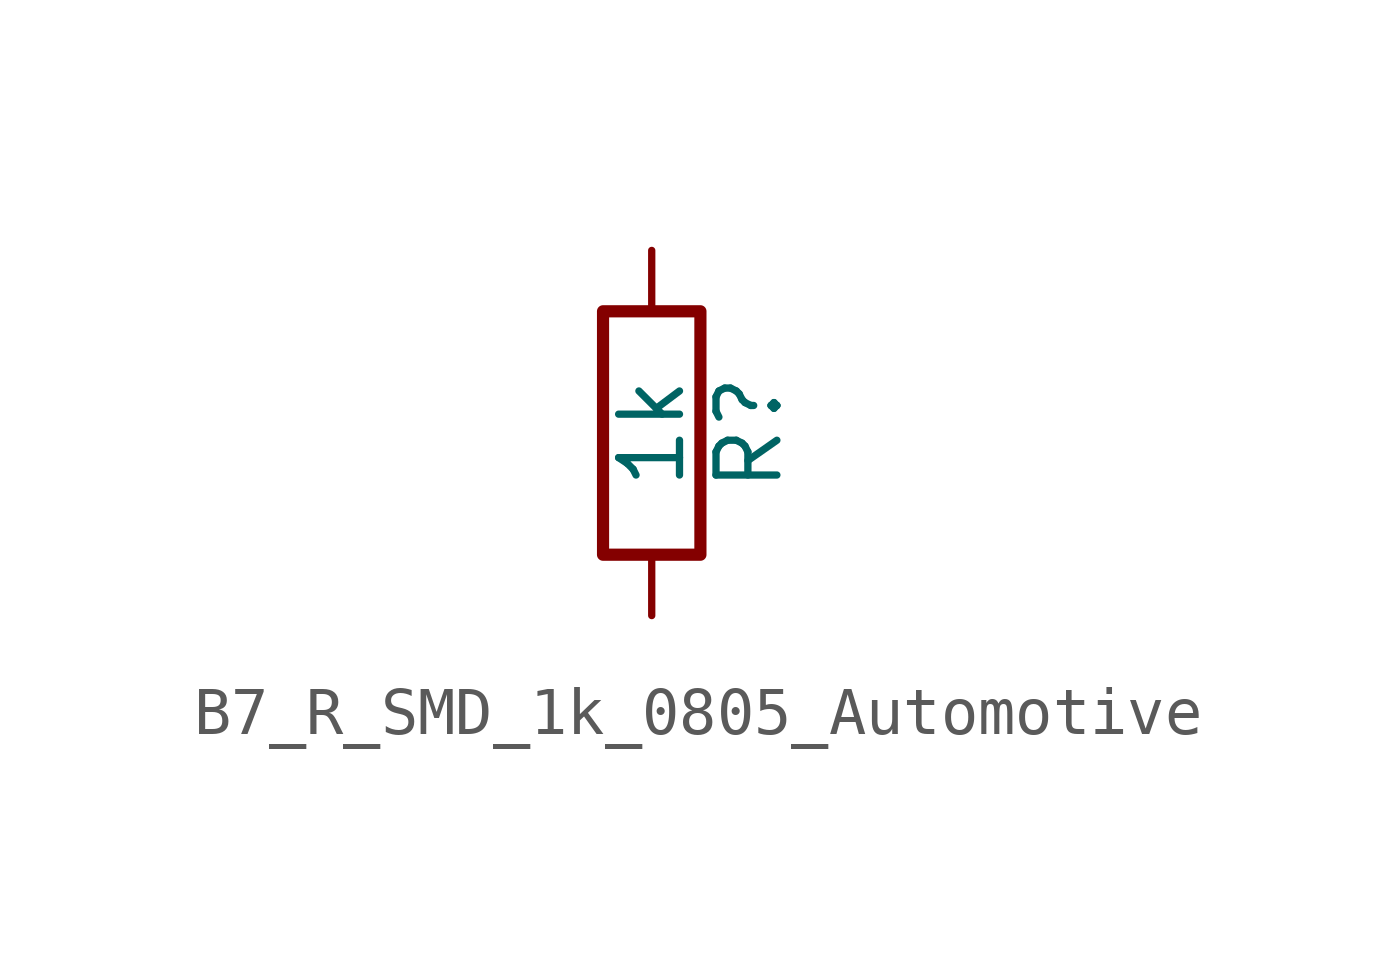
<source format=kicad_sym>
(kicad_symbol_lib
  (version 20241209)
  (generator "kicad_symbol_editor")
  (generator_version "9.0")
  (symbol "B7_R_SMD_1k_0805_Automotive"
    (pin_numbers
      (hide yes))
    (pin_names
      (offset 0))
    (property "Reference" "R"
      (at 2.032 0 90)
      (effects (font (size 1.27 1.27))))
    (property "Value" "1k"
      (at 0 0 90)
      (effects (font (size 1.27 1.27))))
    (symbol "B7_R_SMD_1k_0805_Automotive_0_1"
      (rectangle (start -1.016 2.54) (end 1.016 -2.54) (stroke (width 0.254) (type default)) (fill (type none))))
    (symbol "B7_R_SMD_1k_0805_Automotive_1_1"
      (pin passive line (at 0 3.81 270) (length 1.27) (name "~" (effects (font (size 1.27 1.27)))) (number "1" (effects (font (size 1.27 1.27)))))
      (pin passive line (at 0 -3.81 90) (length 1.27) (name "~" (effects (font (size 1.27 1.27)))) (number "2" (effects (font (size 1.27 1.27))))))))
</source>
